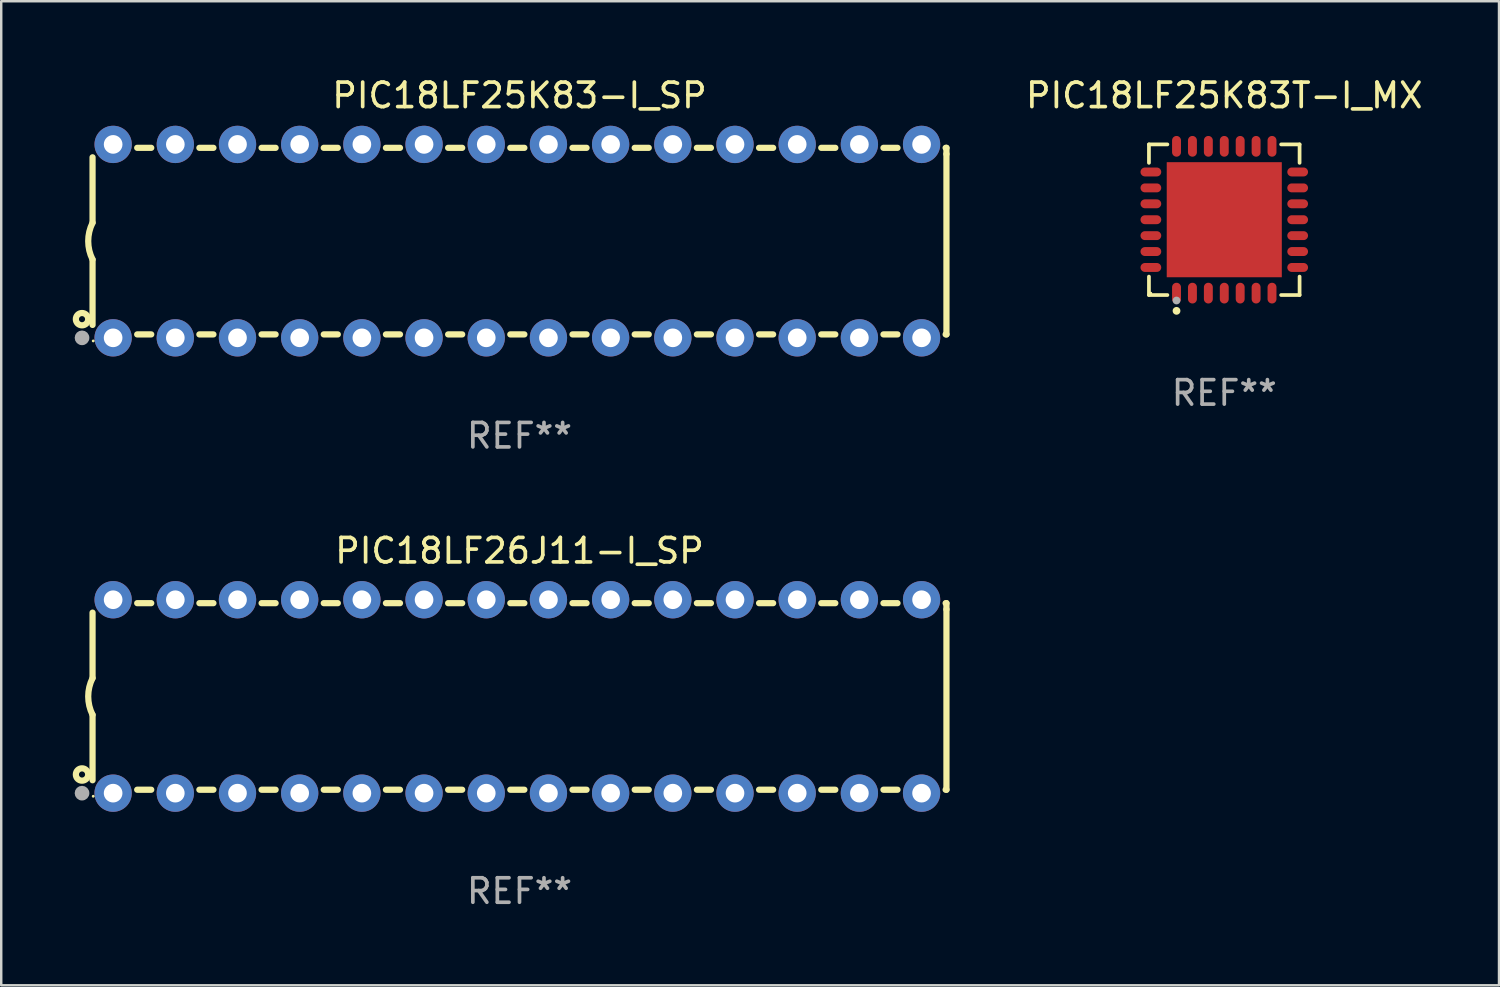
<source format=kicad_pcb>
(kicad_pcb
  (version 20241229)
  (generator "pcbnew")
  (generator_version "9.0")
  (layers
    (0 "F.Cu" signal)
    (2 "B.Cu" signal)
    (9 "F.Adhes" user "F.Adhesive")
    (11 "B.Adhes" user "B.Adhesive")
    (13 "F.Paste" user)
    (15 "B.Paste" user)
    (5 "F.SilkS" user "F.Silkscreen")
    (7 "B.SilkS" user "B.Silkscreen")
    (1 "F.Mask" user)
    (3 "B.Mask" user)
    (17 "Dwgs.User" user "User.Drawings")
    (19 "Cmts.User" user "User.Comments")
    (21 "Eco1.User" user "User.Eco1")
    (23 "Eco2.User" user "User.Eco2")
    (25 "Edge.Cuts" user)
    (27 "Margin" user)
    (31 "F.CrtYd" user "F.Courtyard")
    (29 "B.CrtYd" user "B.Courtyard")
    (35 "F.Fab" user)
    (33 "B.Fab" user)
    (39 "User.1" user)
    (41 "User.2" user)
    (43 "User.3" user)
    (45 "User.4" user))
  (footprint "PIC18LF26J11-I_SP"
    (layer "F.Cu")
    (at 18.168 25.395)
    (property "Reference" "PIC18LF26J11-I_SP" (at 0 -5.95 0) (layer "F.SilkS") (effects (font (size 1 1) (thickness 0.15))))
    (attr through_hole)
    (fp_line (start -17.438 0.75) (end -17.438 3.423) (stroke (width 0.254) (type solid)) (layer "F.SilkS"))
    (fp_line (start -17.438 -3.423) (end -17.438 -0.75) (stroke (width 0.254) (type solid)) (layer "F.SilkS"))
    (fp_line (start -15.615 3.81) (end -15.041 3.81) (stroke (width 0.254) (type solid)) (layer "F.SilkS"))
    (fp_line (start -15.041 -3.81) (end -15.614 -3.81) (stroke (width 0.254) (type solid)) (layer "F.SilkS"))
    (fp_line (start -13.075 3.81) (end -12.501 3.81) (stroke (width 0.254) (type solid)) (layer "F.SilkS"))
    (fp_line (start -12.501 -3.81) (end -13.074 -3.81) (stroke (width 0.254) (type solid)) (layer "F.SilkS"))
    (fp_line (start -10.535 3.81) (end -9.961 3.81) (stroke (width 0.254) (type solid)) (layer "F.SilkS"))
    (fp_line (start -9.961 -3.81) (end -10.534 -3.81) (stroke (width 0.254) (type solid)) (layer "F.SilkS"))
    (fp_line (start -7.995 3.81) (end -7.421 3.81) (stroke (width 0.254) (type solid)) (layer "F.SilkS"))
    (fp_line (start -7.421 -3.81) (end -7.995 -3.81) (stroke (width 0.254) (type solid)) (layer "F.SilkS"))
    (fp_line (start -5.455 3.81) (end -4.881 3.81) (stroke (width 0.254) (type solid)) (layer "F.SilkS"))
    (fp_line (start -4.881 -3.81) (end -5.455 -3.81) (stroke (width 0.254) (type solid)) (layer "F.SilkS"))
    (fp_line (start -2.915 3.81) (end -2.341 3.81) (stroke (width 0.254) (type solid)) (layer "F.SilkS"))
    (fp_line (start -2.341 -3.81) (end -2.915 -3.81) (stroke (width 0.254) (type solid)) (layer "F.SilkS"))
    (fp_line (start -0.375 3.81) (end 0.199 3.81) (stroke (width 0.254) (type solid)) (layer "F.SilkS"))
    (fp_line (start 0.199 -3.81) (end -0.375 -3.81) (stroke (width 0.254) (type solid)) (layer "F.SilkS"))
    (fp_line (start 2.165 3.81) (end 2.739 3.81) (stroke (width 0.254) (type solid)) (layer "F.SilkS"))
    (fp_line (start 2.739 -3.81) (end 2.165 -3.81) (stroke (width 0.254) (type solid)) (layer "F.SilkS"))
    (fp_line (start 4.705 3.81) (end 5.279 3.81) (stroke (width 0.254) (type solid)) (layer "F.SilkS"))
    (fp_line (start 5.279 -3.81) (end 4.705 -3.81) (stroke (width 0.254) (type solid)) (layer "F.SilkS"))
    (fp_line (start 7.245 3.81) (end 7.819 3.81) (stroke (width 0.254) (type solid)) (layer "F.SilkS"))
    (fp_line (start 7.819 -3.81) (end 7.245 -3.81) (stroke (width 0.254) (type solid)) (layer "F.SilkS"))
    (fp_line (start 9.785 3.81) (end 10.359 3.81) (stroke (width 0.254) (type solid)) (layer "F.SilkS"))
    (fp_line (start 10.359 -3.81) (end 9.785 -3.81) (stroke (width 0.254) (type solid)) (layer "F.SilkS"))
    (fp_line (start 12.325 3.81) (end 12.899 3.81) (stroke (width 0.254) (type solid)) (layer "F.SilkS"))
    (fp_line (start 12.899 -3.81) (end 12.325 -3.81) (stroke (width 0.254) (type solid)) (layer "F.SilkS"))
    (fp_line (start 14.865 3.81) (end 15.439 3.81) (stroke (width 0.254) (type solid)) (layer "F.SilkS"))
    (fp_line (start 15.439 -3.81) (end 14.865 -3.81) (stroke (width 0.254) (type solid)) (layer "F.SilkS"))
    (fp_line (start 17.405 3.81) (end 17.438 3.81) (stroke (width 0.254) (type solid)) (layer "F.SilkS"))
    (fp_line (start 17.438 -3.81) (end 17.405 -3.81) (stroke (width 0.254) (type solid)) (layer "F.SilkS"))
    (fp_line (start 17.438 -3.556) (end 17.438 -3.81) (stroke (width 0.254) (type solid)) (layer "F.SilkS"))
    (fp_line (start 17.438 3.81) (end 17.438 -3.556) (stroke (width 0.254) (type solid)) (layer "F.SilkS"))
    (fp_arc (start -17.437986 0.749657) (mid -17.614887 -0.000024) (end -17.437783 -0.749657) (stroke (width 0.254001) (type solid)) (layer "F.SilkS"))
    (fp_circle (center -17.868 3.188) (end -17.743 3.188) (stroke (width 0.254) (type solid)) (fill no) (layer "F.SilkS"))
    (fp_circle (center -17.411 4.077) (end -17.381 4.077) (stroke (width 0.06) (type solid)) (fill no) (layer "F.SilkS"))
    (fp_circle (center -17.868 3.95) (end -17.718 3.95) (stroke (width 0.3) (type solid)) (fill no) (layer "F.Fab"))
    (fp_text user "REF**" (at 0 7.95 0) (layer "F.Fab") (effects (font (size 1 1) (thickness 0.15))))
    (pad "1" thru_hole circle (at -16.598 3.95) (size 1.524 1.524) (drill 0.762) (layers "*.Cu" "*.Mask"))
    (pad "2" thru_hole circle (at -14.058 3.95) (size 1.524 1.524) (drill 0.762) (layers "*.Cu" "*.Mask"))
    (pad "3" thru_hole circle (at -11.518 3.95) (size 1.524 1.524) (drill 0.762) (layers "*.Cu" "*.Mask"))
    (pad "4" thru_hole circle (at -8.978 3.95) (size 1.524 1.524) (drill 0.762) (layers "*.Cu" "*.Mask"))
    (pad "5" thru_hole circle (at -6.438 3.95) (size 1.524 1.524) (drill 0.762) (layers "*.Cu" "*.Mask"))
    (pad "6" thru_hole circle (at -3.898 3.95) (size 1.524 1.524) (drill 0.762) (layers "*.Cu" "*.Mask"))
    (pad "7" thru_hole circle (at -1.358 3.95) (size 1.524 1.524) (drill 0.762) (layers "*.Cu" "*.Mask"))
    (pad "8" thru_hole circle (at 1.182 3.95) (size 1.524 1.524) (drill 0.762) (layers "*.Cu" "*.Mask"))
    (pad "9" thru_hole circle (at 3.722 3.95) (size 1.524 1.524) (drill 0.762) (layers "*.Cu" "*.Mask"))
    (pad "10" thru_hole circle (at 6.262 3.95) (size 1.524 1.524) (drill 0.762) (layers "*.Cu" "*.Mask"))
    (pad "11" thru_hole circle (at 8.802 3.95) (size 1.524 1.524) (drill 0.762) (layers "*.Cu" "*.Mask"))
    (pad "12" thru_hole circle (at 11.342 3.95) (size 1.524 1.524) (drill 0.762) (layers "*.Cu" "*.Mask"))
    (pad "13" thru_hole circle (at 13.882 3.95) (size 1.524 1.524) (drill 0.762) (layers "*.Cu" "*.Mask"))
    (pad "14" thru_hole circle (at 16.422 3.95) (size 1.524 1.524) (drill 0.762) (layers "*.Cu" "*.Mask"))
    (pad "15" thru_hole circle (at 16.422 -3.95) (size 1.524 1.524) (drill 0.762) (layers "*.Cu" "*.Mask"))
    (pad "16" thru_hole circle (at 13.882 -3.95) (size 1.524 1.524) (drill 0.762) (layers "*.Cu" "*.Mask"))
    (pad "17" thru_hole circle (at 11.342 -3.95) (size 1.524 1.524) (drill 0.762) (layers "*.Cu" "*.Mask"))
    (pad "18" thru_hole circle (at 8.802 -3.95) (size 1.524 1.524) (drill 0.762) (layers "*.Cu" "*.Mask"))
    (pad "19" thru_hole circle (at 6.262 -3.95) (size 1.524 1.524) (drill 0.762) (layers "*.Cu" "*.Mask"))
    (pad "20" thru_hole circle (at 3.722 -3.95) (size 1.524 1.524) (drill 0.762) (layers "*.Cu" "*.Mask"))
    (pad "21" thru_hole circle (at 1.182 -3.95) (size 1.524 1.524) (drill 0.762) (layers "*.Cu" "*.Mask"))
    (pad "22" thru_hole circle (at -1.358 -3.95) (size 1.524 1.524) (drill 0.762) (layers "*.Cu" "*.Mask"))
    (pad "23" thru_hole circle (at -3.898 -3.95) (size 1.524 1.524) (drill 0.762) (layers "*.Cu" "*.Mask"))
    (pad "24" thru_hole circle (at -6.438 -3.95) (size 1.524 1.524) (drill 0.762) (layers "*.Cu" "*.Mask"))
    (pad "25" thru_hole circle (at -8.978 -3.95) (size 1.524 1.524) (drill 0.762) (layers "*.Cu" "*.Mask"))
    (pad "26" thru_hole circle (at -11.517 -3.95) (size 1.524 1.524) (drill 0.762) (layers "*.Cu" "*.Mask"))
    (pad "27" thru_hole circle (at -14.057 -3.95) (size 1.524 1.524) (drill 0.762) (layers "*.Cu" "*.Mask"))
    (pad "28" thru_hole circle (at -16.597 -3.95) (size 1.524 1.524) (drill 0.762) (layers "*.Cu" "*.Mask")))
  (footprint "PIC18LF25K83T-I_MX"
    (layer "F.Cu")
    (at 46.953 5.924)
    (property "Reference" "PIC18LF25K83T-I_MX" (at 0 -5.076 0) (layer "F.SilkS") (effects (font (size 1 1) (thickness 0.15))))
    (attr through_hole)
    (fp_line (start -3.076 -3.076) (end -2.323 -3.076) (stroke (width 0.152) (type solid)) (layer "F.SilkS"))
    (fp_line (start -3.076 -2.323) (end -3.076 -3.076) (stroke (width 0.152) (type solid)) (layer "F.SilkS"))
    (fp_line (start -3.076 2.323) (end -3.076 3.076) (stroke (width 0.152) (type solid)) (layer "F.SilkS"))
    (fp_line (start -3.076 3.076) (end -2.323 3.076) (stroke (width 0.152) (type solid)) (layer "F.SilkS"))
    (fp_line (start 3.076 -3.076) (end 2.323 -3.076) (stroke (width 0.152) (type solid)) (layer "F.SilkS"))
    (fp_line (start 3.076 -2.323) (end 3.076 -3.076) (stroke (width 0.152) (type solid)) (layer "F.SilkS"))
    (fp_line (start 3.076 2.323) (end 3.076 3.076) (stroke (width 0.152) (type solid)) (layer "F.SilkS"))
    (fp_line (start 3.076 3.076) (end 2.323 3.076) (stroke (width 0.152) (type solid)) (layer "F.SilkS"))
    (fp_circle (center -3 3) (end -2.97 3) (stroke (width 0.06) (type solid)) (fill no) (layer "F.SilkS"))
    (fp_circle (center -1.95 3.722) (end -1.87 3.722) (stroke (width 0.16) (type solid)) (fill no) (layer "F.SilkS"))
    (fp_circle (center -1.95 3.3) (end -1.87 3.3) (stroke (width 0.16) (type solid)) (fill no) (layer "F.Fab"))
    (fp_text user "REF**" (at 0 7.076 0) (layer "F.Fab") (effects (font (size 1 1) (thickness 0.15))))
    (pad "1" smd oval (at -1.95 2.998) (size 0.364 0.847) (layers "F.Cu" "F.Mask" "F.Paste"))
    (pad "2" smd oval (at -1.3 2.998) (size 0.364 0.847) (layers "F.Cu" "F.Mask" "F.Paste"))
    (pad "3" smd oval (at -0.65 2.998) (size 0.364 0.847) (layers "F.Cu" "F.Mask" "F.Paste"))
    (pad "4" smd oval (at 0 2.998) (size 0.364 0.847) (layers "F.Cu" "F.Mask" "F.Paste"))
    (pad "5" smd oval (at 0.65 2.998) (size 0.364 0.847) (layers "F.Cu" "F.Mask" "F.Paste"))
    (pad "6" smd oval (at 1.3 2.998) (size 0.364 0.847) (layers "F.Cu" "F.Mask" "F.Paste"))
    (pad "7" smd oval (at 1.95 2.998) (size 0.364 0.847) (layers "F.Cu" "F.Mask" "F.Paste"))
    (pad "8" smd oval (at 2.998 1.95) (size 0.847 0.364) (layers "F.Cu" "F.Mask" "F.Paste"))
    (pad "9" smd oval (at 2.998 1.3) (size 0.847 0.364) (layers "F.Cu" "F.Mask" "F.Paste"))
    (pad "10" smd oval (at 2.998 0.65) (size 0.847 0.364) (layers "F.Cu" "F.Mask" "F.Paste"))
    (pad "11" smd oval (at 2.998 0) (size 0.847 0.364) (layers "F.Cu" "F.Mask" "F.Paste"))
    (pad "12" smd oval (at 2.998 -0.65) (size 0.847 0.364) (layers "F.Cu" "F.Mask" "F.Paste"))
    (pad "13" smd oval (at 2.998 -1.3) (size 0.847 0.364) (layers "F.Cu" "F.Mask" "F.Paste"))
    (pad "14" smd oval (at 2.998 -1.95) (size 0.847 0.364) (layers "F.Cu" "F.Mask" "F.Paste"))
    (pad "15" smd oval (at 1.95 -2.998) (size 0.364 0.847) (layers "F.Cu" "F.Mask" "F.Paste"))
    (pad "16" smd oval (at 1.3 -2.998) (size 0.364 0.847) (layers "F.Cu" "F.Mask" "F.Paste"))
    (pad "17" smd oval (at 0.65 -2.998) (size 0.364 0.847) (layers "F.Cu" "F.Mask" "F.Paste"))
    (pad "18" smd oval (at 0 -2.998) (size 0.364 0.847) (layers "F.Cu" "F.Mask" "F.Paste"))
    (pad "19" smd oval (at -0.65 -2.998) (size 0.364 0.847) (layers "F.Cu" "F.Mask" "F.Paste"))
    (pad "20" smd oval (at -1.3 -2.998) (size 0.364 0.847) (layers "F.Cu" "F.Mask" "F.Paste"))
    (pad "21" smd oval (at -1.95 -2.998) (size 0.364 0.847) (layers "F.Cu" "F.Mask" "F.Paste"))
    (pad "22" smd oval (at -2.998 -1.95) (size 0.847 0.364) (layers "F.Cu" "F.Mask" "F.Paste"))
    (pad "23" smd oval (at -2.998 -1.3) (size 0.847 0.364) (layers "F.Cu" "F.Mask" "F.Paste"))
    (pad "24" smd oval (at -2.998 -0.65) (size 0.847 0.364) (layers "F.Cu" "F.Mask" "F.Paste"))
    (pad "25" smd oval (at -2.998 0) (size 0.847 0.364) (layers "F.Cu" "F.Mask" "F.Paste"))
    (pad "26" smd oval (at -2.998 0.65) (size 0.847 0.364) (layers "F.Cu" "F.Mask" "F.Paste"))
    (pad "27" smd oval (at -2.998 1.3) (size 0.847 0.364) (layers "F.Cu" "F.Mask" "F.Paste"))
    (pad "28" smd oval (at -2.998 1.95) (size 0.847 0.364) (layers "F.Cu" "F.Mask" "F.Paste"))
    (pad "29" smd rect (at 0 0) (size 4.7 4.7) (layers "F.Cu" "F.Mask" "F.Paste")))
  (footprint "PIC18LF25K83-I_SP"
    (layer "F.Cu")
    (at 18.168 6.798)
    (property "Reference" "PIC18LF25K83-I_SP" (at 0 -5.95 0) (layer "F.SilkS") (effects (font (size 1 1) (thickness 0.15))))
    (attr through_hole)
    (fp_line (start -17.438 0.75) (end -17.438 3.423) (stroke (width 0.254) (type solid)) (layer "F.SilkS"))
    (fp_line (start -17.438 -3.423) (end -17.438 -0.75) (stroke (width 0.254) (type solid)) (layer "F.SilkS"))
    (fp_line (start -15.615 3.81) (end -15.041 3.81) (stroke (width 0.254) (type solid)) (layer "F.SilkS"))
    (fp_line (start -15.041 -3.81) (end -15.614 -3.81) (stroke (width 0.254) (type solid)) (layer "F.SilkS"))
    (fp_line (start -13.075 3.81) (end -12.501 3.81) (stroke (width 0.254) (type solid)) (layer "F.SilkS"))
    (fp_line (start -12.501 -3.81) (end -13.074 -3.81) (stroke (width 0.254) (type solid)) (layer "F.SilkS"))
    (fp_line (start -10.535 3.81) (end -9.961 3.81) (stroke (width 0.254) (type solid)) (layer "F.SilkS"))
    (fp_line (start -9.961 -3.81) (end -10.534 -3.81) (stroke (width 0.254) (type solid)) (layer "F.SilkS"))
    (fp_line (start -7.995 3.81) (end -7.421 3.81) (stroke (width 0.254) (type solid)) (layer "F.SilkS"))
    (fp_line (start -7.421 -3.81) (end -7.995 -3.81) (stroke (width 0.254) (type solid)) (layer "F.SilkS"))
    (fp_line (start -5.455 3.81) (end -4.881 3.81) (stroke (width 0.254) (type solid)) (layer "F.SilkS"))
    (fp_line (start -4.881 -3.81) (end -5.455 -3.81) (stroke (width 0.254) (type solid)) (layer "F.SilkS"))
    (fp_line (start -2.915 3.81) (end -2.341 3.81) (stroke (width 0.254) (type solid)) (layer "F.SilkS"))
    (fp_line (start -2.341 -3.81) (end -2.915 -3.81) (stroke (width 0.254) (type solid)) (layer "F.SilkS"))
    (fp_line (start -0.375 3.81) (end 0.199 3.81) (stroke (width 0.254) (type solid)) (layer "F.SilkS"))
    (fp_line (start 0.199 -3.81) (end -0.375 -3.81) (stroke (width 0.254) (type solid)) (layer "F.SilkS"))
    (fp_line (start 2.165 3.81) (end 2.739 3.81) (stroke (width 0.254) (type solid)) (layer "F.SilkS"))
    (fp_line (start 2.739 -3.81) (end 2.165 -3.81) (stroke (width 0.254) (type solid)) (layer "F.SilkS"))
    (fp_line (start 4.705 3.81) (end 5.279 3.81) (stroke (width 0.254) (type solid)) (layer "F.SilkS"))
    (fp_line (start 5.279 -3.81) (end 4.705 -3.81) (stroke (width 0.254) (type solid)) (layer "F.SilkS"))
    (fp_line (start 7.245 3.81) (end 7.819 3.81) (stroke (width 0.254) (type solid)) (layer "F.SilkS"))
    (fp_line (start 7.819 -3.81) (end 7.245 -3.81) (stroke (width 0.254) (type solid)) (layer "F.SilkS"))
    (fp_line (start 9.785 3.81) (end 10.359 3.81) (stroke (width 0.254) (type solid)) (layer "F.SilkS"))
    (fp_line (start 10.359 -3.81) (end 9.785 -3.81) (stroke (width 0.254) (type solid)) (layer "F.SilkS"))
    (fp_line (start 12.325 3.81) (end 12.899 3.81) (stroke (width 0.254) (type solid)) (layer "F.SilkS"))
    (fp_line (start 12.899 -3.81) (end 12.325 -3.81) (stroke (width 0.254) (type solid)) (layer "F.SilkS"))
    (fp_line (start 14.865 3.81) (end 15.439 3.81) (stroke (width 0.254) (type solid)) (layer "F.SilkS"))
    (fp_line (start 15.439 -3.81) (end 14.865 -3.81) (stroke (width 0.254) (type solid)) (layer "F.SilkS"))
    (fp_line (start 17.405 3.81) (end 17.438 3.81) (stroke (width 0.254) (type solid)) (layer "F.SilkS"))
    (fp_line (start 17.438 -3.81) (end 17.405 -3.81) (stroke (width 0.254) (type solid)) (layer "F.SilkS"))
    (fp_line (start 17.438 -3.556) (end 17.438 -3.81) (stroke (width 0.254) (type solid)) (layer "F.SilkS"))
    (fp_line (start 17.438 3.81) (end 17.438 -3.556) (stroke (width 0.254) (type solid)) (layer "F.SilkS"))
    (fp_arc (start -17.437986 0.749657) (mid -17.614887 -0.000024) (end -17.437783 -0.749657) (stroke (width 0.254001) (type solid)) (layer "F.SilkS"))
    (fp_circle (center -17.868 3.188) (end -17.743 3.188) (stroke (width 0.254) (type solid)) (fill no) (layer "F.SilkS"))
    (fp_circle (center -17.411 4.077) (end -17.381 4.077) (stroke (width 0.06) (type solid)) (fill no) (layer "F.SilkS"))
    (fp_circle (center -17.868 3.95) (end -17.718 3.95) (stroke (width 0.3) (type solid)) (fill no) (layer "F.Fab"))
    (fp_text user "REF**" (at 0 7.95 0) (layer "F.Fab") (effects (font (size 1 1) (thickness 0.15))))
    (pad "1" thru_hole circle (at -16.598 3.95) (size 1.524 1.524) (drill 0.762) (layers "*.Cu" "*.Mask"))
    (pad "2" thru_hole circle (at -14.058 3.95) (size 1.524 1.524) (drill 0.762) (layers "*.Cu" "*.Mask"))
    (pad "3" thru_hole circle (at -11.518 3.95) (size 1.524 1.524) (drill 0.762) (layers "*.Cu" "*.Mask"))
    (pad "4" thru_hole circle (at -8.978 3.95) (size 1.524 1.524) (drill 0.762) (layers "*.Cu" "*.Mask"))
    (pad "5" thru_hole circle (at -6.438 3.95) (size 1.524 1.524) (drill 0.762) (layers "*.Cu" "*.Mask"))
    (pad "6" thru_hole circle (at -3.898 3.95) (size 1.524 1.524) (drill 0.762) (layers "*.Cu" "*.Mask"))
    (pad "7" thru_hole circle (at -1.358 3.95) (size 1.524 1.524) (drill 0.762) (layers "*.Cu" "*.Mask"))
    (pad "8" thru_hole circle (at 1.182 3.95) (size 1.524 1.524) (drill 0.762) (layers "*.Cu" "*.Mask"))
    (pad "9" thru_hole circle (at 3.722 3.95) (size 1.524 1.524) (drill 0.762) (layers "*.Cu" "*.Mask"))
    (pad "10" thru_hole circle (at 6.262 3.95) (size 1.524 1.524) (drill 0.762) (layers "*.Cu" "*.Mask"))
    (pad "11" thru_hole circle (at 8.802 3.95) (size 1.524 1.524) (drill 0.762) (layers "*.Cu" "*.Mask"))
    (pad "12" thru_hole circle (at 11.342 3.95) (size 1.524 1.524) (drill 0.762) (layers "*.Cu" "*.Mask"))
    (pad "13" thru_hole circle (at 13.882 3.95) (size 1.524 1.524) (drill 0.762) (layers "*.Cu" "*.Mask"))
    (pad "14" thru_hole circle (at 16.422 3.95) (size 1.524 1.524) (drill 0.762) (layers "*.Cu" "*.Mask"))
    (pad "15" thru_hole circle (at 16.422 -3.95) (size 1.524 1.524) (drill 0.762) (layers "*.Cu" "*.Mask"))
    (pad "16" thru_hole circle (at 13.882 -3.95) (size 1.524 1.524) (drill 0.762) (layers "*.Cu" "*.Mask"))
    (pad "17" thru_hole circle (at 11.342 -3.95) (size 1.524 1.524) (drill 0.762) (layers "*.Cu" "*.Mask"))
    (pad "18" thru_hole circle (at 8.802 -3.95) (size 1.524 1.524) (drill 0.762) (layers "*.Cu" "*.Mask"))
    (pad "19" thru_hole circle (at 6.262 -3.95) (size 1.524 1.524) (drill 0.762) (layers "*.Cu" "*.Mask"))
    (pad "20" thru_hole circle (at 3.722 -3.95) (size 1.524 1.524) (drill 0.762) (layers "*.Cu" "*.Mask"))
    (pad "21" thru_hole circle (at 1.182 -3.95) (size 1.524 1.524) (drill 0.762) (layers "*.Cu" "*.Mask"))
    (pad "22" thru_hole circle (at -1.358 -3.95) (size 1.524 1.524) (drill 0.762) (layers "*.Cu" "*.Mask"))
    (pad "23" thru_hole circle (at -3.898 -3.95) (size 1.524 1.524) (drill 0.762) (layers "*.Cu" "*.Mask"))
    (pad "24" thru_hole circle (at -6.438 -3.95) (size 1.524 1.524) (drill 0.762) (layers "*.Cu" "*.Mask"))
    (pad "25" thru_hole circle (at -8.978 -3.95) (size 1.524 1.524) (drill 0.762) (layers "*.Cu" "*.Mask"))
    (pad "26" thru_hole circle (at -11.517 -3.95) (size 1.524 1.524) (drill 0.762) (layers "*.Cu" "*.Mask"))
    (pad "27" thru_hole circle (at -14.057 -3.95) (size 1.524 1.524) (drill 0.762) (layers "*.Cu" "*.Mask"))
    (pad "28" thru_hole circle (at -16.597 -3.95) (size 1.524 1.524) (drill 0.762) (layers "*.Cu" "*.Mask")))
  (gr_rect
    (start -3 -3)
    (end 58.174 37.193)
    (stroke (width 0.1) (type default))
    (fill no)
    (layer "Edge.Cuts")))
</source>
